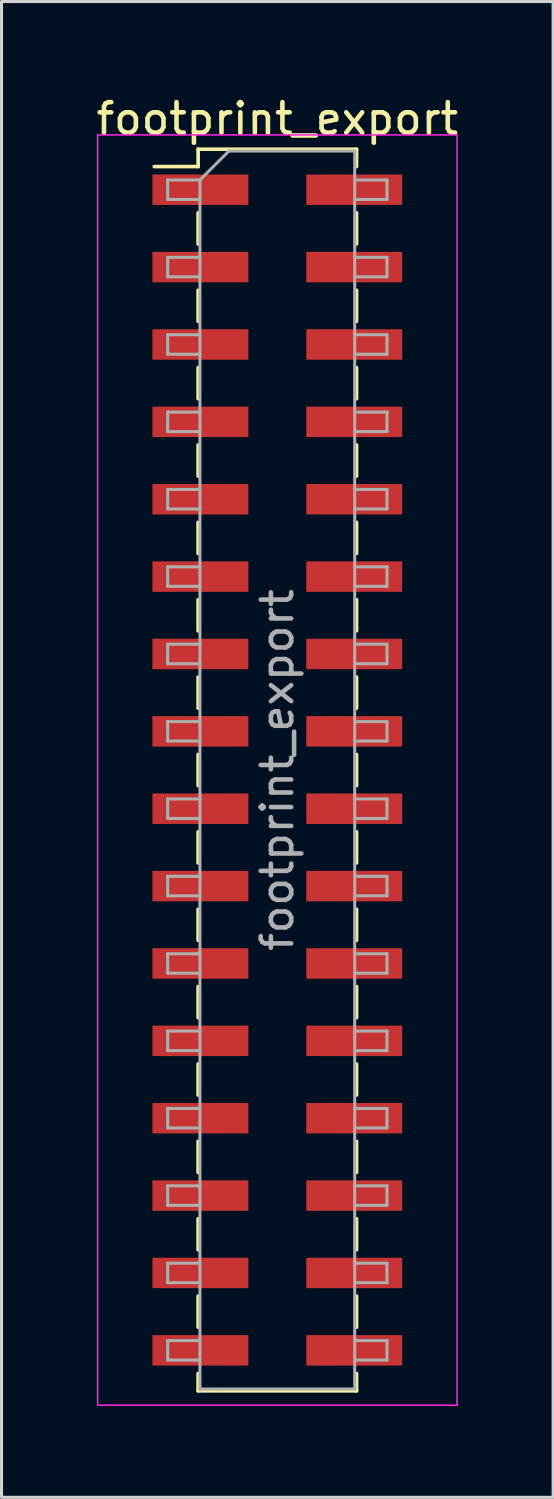
<source format=kicad_pcb>
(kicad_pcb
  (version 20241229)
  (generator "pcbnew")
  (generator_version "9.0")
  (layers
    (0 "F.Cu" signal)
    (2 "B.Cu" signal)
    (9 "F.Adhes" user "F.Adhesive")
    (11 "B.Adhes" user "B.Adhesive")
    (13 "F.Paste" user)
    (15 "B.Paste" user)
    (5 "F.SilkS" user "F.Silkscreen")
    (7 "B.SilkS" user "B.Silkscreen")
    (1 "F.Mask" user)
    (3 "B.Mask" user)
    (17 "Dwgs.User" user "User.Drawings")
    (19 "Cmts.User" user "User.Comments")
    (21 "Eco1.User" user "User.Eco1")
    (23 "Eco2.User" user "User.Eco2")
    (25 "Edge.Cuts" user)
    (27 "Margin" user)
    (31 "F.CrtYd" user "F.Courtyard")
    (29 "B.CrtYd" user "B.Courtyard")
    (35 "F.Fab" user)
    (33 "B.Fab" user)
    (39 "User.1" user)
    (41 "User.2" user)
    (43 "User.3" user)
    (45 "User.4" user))
  (footprint "footprint_export"
    (layer "F.Cu")
    (at 6.054 22.228)
    (property "Reference" "footprint_export" (at 0 -21.38 0) (layer "F.SilkS") (effects (font (size 1 1) (thickness 0.15))))
    (attr smd)
    (fp_line (start -4.04 -19.81) (end -2.6 -19.81) (stroke (width 0.12) (type solid)) (layer "F.SilkS"))
    (fp_line (start -2.6 -20.38) (end -2.6 -19.81) (stroke (width 0.12) (type solid)) (layer "F.SilkS"))
    (fp_line (start -2.6 -20.38) (end 2.6 -20.38) (stroke (width 0.12) (type solid)) (layer "F.SilkS"))
    (fp_line (start -2.6 -18.29) (end -2.6 -17.27) (stroke (width 0.12) (type solid)) (layer "F.SilkS"))
    (fp_line (start -2.6 -15.75) (end -2.6 -14.73) (stroke (width 0.12) (type solid)) (layer "F.SilkS"))
    (fp_line (start -2.6 -13.21) (end -2.6 -12.19) (stroke (width 0.12) (type solid)) (layer "F.SilkS"))
    (fp_line (start -2.6 -10.67) (end -2.6 -9.65) (stroke (width 0.12) (type solid)) (layer "F.SilkS"))
    (fp_line (start -2.6 -8.13) (end -2.6 -7.11) (stroke (width 0.12) (type solid)) (layer "F.SilkS"))
    (fp_line (start -2.6 -5.59) (end -2.6 -4.57) (stroke (width 0.12) (type solid)) (layer "F.SilkS"))
    (fp_line (start -2.6 -3.05) (end -2.6 -2.03) (stroke (width 0.12) (type solid)) (layer "F.SilkS"))
    (fp_line (start -2.6 -0.51) (end -2.6 0.51) (stroke (width 0.12) (type solid)) (layer "F.SilkS"))
    (fp_line (start -2.6 2.03) (end -2.6 3.05) (stroke (width 0.12) (type solid)) (layer "F.SilkS"))
    (fp_line (start -2.6 4.57) (end -2.6 5.59) (stroke (width 0.12) (type solid)) (layer "F.SilkS"))
    (fp_line (start -2.6 7.11) (end -2.6 8.13) (stroke (width 0.12) (type solid)) (layer "F.SilkS"))
    (fp_line (start -2.6 9.65) (end -2.6 10.67) (stroke (width 0.12) (type solid)) (layer "F.SilkS"))
    (fp_line (start -2.6 12.19) (end -2.6 13.21) (stroke (width 0.12) (type solid)) (layer "F.SilkS"))
    (fp_line (start -2.6 14.73) (end -2.6 15.75) (stroke (width 0.12) (type solid)) (layer "F.SilkS"))
    (fp_line (start -2.6 17.27) (end -2.6 18.29) (stroke (width 0.12) (type solid)) (layer "F.SilkS"))
    (fp_line (start -2.6 19.81) (end -2.6 20.38) (stroke (width 0.12) (type solid)) (layer "F.SilkS"))
    (fp_line (start -2.6 20.38) (end 2.6 20.38) (stroke (width 0.12) (type solid)) (layer "F.SilkS"))
    (fp_line (start 2.6 -20.38) (end 2.6 -19.81) (stroke (width 0.12) (type solid)) (layer "F.SilkS"))
    (fp_line (start 2.6 -18.29) (end 2.6 -17.27) (stroke (width 0.12) (type solid)) (layer "F.SilkS"))
    (fp_line (start 2.6 -15.75) (end 2.6 -14.73) (stroke (width 0.12) (type solid)) (layer "F.SilkS"))
    (fp_line (start 2.6 -13.21) (end 2.6 -12.19) (stroke (width 0.12) (type solid)) (layer "F.SilkS"))
    (fp_line (start 2.6 -10.67) (end 2.6 -9.65) (stroke (width 0.12) (type solid)) (layer "F.SilkS"))
    (fp_line (start 2.6 -8.13) (end 2.6 -7.11) (stroke (width 0.12) (type solid)) (layer "F.SilkS"))
    (fp_line (start 2.6 -5.59) (end 2.6 -4.57) (stroke (width 0.12) (type solid)) (layer "F.SilkS"))
    (fp_line (start 2.6 -3.05) (end 2.6 -2.03) (stroke (width 0.12) (type solid)) (layer "F.SilkS"))
    (fp_line (start 2.6 -0.51) (end 2.6 0.51) (stroke (width 0.12) (type solid)) (layer "F.SilkS"))
    (fp_line (start 2.6 2.03) (end 2.6 3.05) (stroke (width 0.12) (type solid)) (layer "F.SilkS"))
    (fp_line (start 2.6 4.57) (end 2.6 5.59) (stroke (width 0.12) (type solid)) (layer "F.SilkS"))
    (fp_line (start 2.6 7.11) (end 2.6 8.13) (stroke (width 0.12) (type solid)) (layer "F.SilkS"))
    (fp_line (start 2.6 9.65) (end 2.6 10.67) (stroke (width 0.12) (type solid)) (layer "F.SilkS"))
    (fp_line (start 2.6 12.19) (end 2.6 13.21) (stroke (width 0.12) (type solid)) (layer "F.SilkS"))
    (fp_line (start 2.6 14.73) (end 2.6 15.75) (stroke (width 0.12) (type solid)) (layer "F.SilkS"))
    (fp_line (start 2.6 17.27) (end 2.6 18.29) (stroke (width 0.12) (type solid)) (layer "F.SilkS"))
    (fp_line (start 2.6 19.81) (end 2.6 20.38) (stroke (width 0.12) (type solid)) (layer "F.SilkS"))
    (fp_line (start -5.9 -20.85) (end -5.9 20.85) (stroke (width 0.05) (type solid)) (layer "F.CrtYd"))
    (fp_line (start -5.9 20.85) (end 5.9 20.85) (stroke (width 0.05) (type solid)) (layer "F.CrtYd"))
    (fp_line (start 5.9 -20.85) (end -5.9 -20.85) (stroke (width 0.05) (type solid)) (layer "F.CrtYd"))
    (fp_line (start 5.9 20.85) (end 5.9 -20.85) (stroke (width 0.05) (type solid)) (layer "F.CrtYd"))
    (fp_line (start -3.6 -19.37) (end -3.6 -18.73) (stroke (width 0.1) (type solid)) (layer "F.Fab"))
    (fp_line (start -3.6 -18.73) (end -2.54 -18.73) (stroke (width 0.1) (type solid)) (layer "F.Fab"))
    (fp_line (start -3.6 -16.83) (end -3.6 -16.19) (stroke (width 0.1) (type solid)) (layer "F.Fab"))
    (fp_line (start -3.6 -16.19) (end -2.54 -16.19) (stroke (width 0.1) (type solid)) (layer "F.Fab"))
    (fp_line (start -3.6 -14.29) (end -3.6 -13.65) (stroke (width 0.1) (type solid)) (layer "F.Fab"))
    (fp_line (start -3.6 -13.65) (end -2.54 -13.65) (stroke (width 0.1) (type solid)) (layer "F.Fab"))
    (fp_line (start -3.6 -11.75) (end -3.6 -11.11) (stroke (width 0.1) (type solid)) (layer "F.Fab"))
    (fp_line (start -3.6 -11.11) (end -2.54 -11.11) (stroke (width 0.1) (type solid)) (layer "F.Fab"))
    (fp_line (start -3.6 -9.21) (end -3.6 -8.57) (stroke (width 0.1) (type solid)) (layer "F.Fab"))
    (fp_line (start -3.6 -8.57) (end -2.54 -8.57) (stroke (width 0.1) (type solid)) (layer "F.Fab"))
    (fp_line (start -3.6 -6.67) (end -3.6 -6.03) (stroke (width 0.1) (type solid)) (layer "F.Fab"))
    (fp_line (start -3.6 -6.03) (end -2.54 -6.03) (stroke (width 0.1) (type solid)) (layer "F.Fab"))
    (fp_line (start -3.6 -4.13) (end -3.6 -3.49) (stroke (width 0.1) (type solid)) (layer "F.Fab"))
    (fp_line (start -3.6 -3.49) (end -2.54 -3.49) (stroke (width 0.1) (type solid)) (layer "F.Fab"))
    (fp_line (start -3.6 -1.59) (end -3.6 -0.95) (stroke (width 0.1) (type solid)) (layer "F.Fab"))
    (fp_line (start -3.6 -0.95) (end -2.54 -0.95) (stroke (width 0.1) (type solid)) (layer "F.Fab"))
    (fp_line (start -3.6 0.95) (end -3.6 1.59) (stroke (width 0.1) (type solid)) (layer "F.Fab"))
    (fp_line (start -3.6 1.59) (end -2.54 1.59) (stroke (width 0.1) (type solid)) (layer "F.Fab"))
    (fp_line (start -3.6 3.49) (end -3.6 4.13) (stroke (width 0.1) (type solid)) (layer "F.Fab"))
    (fp_line (start -3.6 4.13) (end -2.54 4.13) (stroke (width 0.1) (type solid)) (layer "F.Fab"))
    (fp_line (start -3.6 6.03) (end -3.6 6.67) (stroke (width 0.1) (type solid)) (layer "F.Fab"))
    (fp_line (start -3.6 6.67) (end -2.54 6.67) (stroke (width 0.1) (type solid)) (layer "F.Fab"))
    (fp_line (start -3.6 8.57) (end -3.6 9.21) (stroke (width 0.1) (type solid)) (layer "F.Fab"))
    (fp_line (start -3.6 9.21) (end -2.54 9.21) (stroke (width 0.1) (type solid)) (layer "F.Fab"))
    (fp_line (start -3.6 11.11) (end -3.6 11.75) (stroke (width 0.1) (type solid)) (layer "F.Fab"))
    (fp_line (start -3.6 11.75) (end -2.54 11.75) (stroke (width 0.1) (type solid)) (layer "F.Fab"))
    (fp_line (start -3.6 13.65) (end -3.6 14.29) (stroke (width 0.1) (type solid)) (layer "F.Fab"))
    (fp_line (start -3.6 14.29) (end -2.54 14.29) (stroke (width 0.1) (type solid)) (layer "F.Fab"))
    (fp_line (start -3.6 16.19) (end -3.6 16.83) (stroke (width 0.1) (type solid)) (layer "F.Fab"))
    (fp_line (start -3.6 16.83) (end -2.54 16.83) (stroke (width 0.1) (type solid)) (layer "F.Fab"))
    (fp_line (start -3.6 18.73) (end -3.6 19.37) (stroke (width 0.1) (type solid)) (layer "F.Fab"))
    (fp_line (start -3.6 19.37) (end -2.54 19.37) (stroke (width 0.1) (type solid)) (layer "F.Fab"))
    (fp_line (start -2.54 -19.37) (end -3.6 -19.37) (stroke (width 0.1) (type solid)) (layer "F.Fab"))
    (fp_line (start -2.54 -19.37) (end -1.59 -20.32) (stroke (width 0.1) (type solid)) (layer "F.Fab"))
    (fp_line (start -2.54 -16.83) (end -3.6 -16.83) (stroke (width 0.1) (type solid)) (layer "F.Fab"))
    (fp_line (start -2.54 -14.29) (end -3.6 -14.29) (stroke (width 0.1) (type solid)) (layer "F.Fab"))
    (fp_line (start -2.54 -11.75) (end -3.6 -11.75) (stroke (width 0.1) (type solid)) (layer "F.Fab"))
    (fp_line (start -2.54 -9.21) (end -3.6 -9.21) (stroke (width 0.1) (type solid)) (layer "F.Fab"))
    (fp_line (start -2.54 -6.67) (end -3.6 -6.67) (stroke (width 0.1) (type solid)) (layer "F.Fab"))
    (fp_line (start -2.54 -4.13) (end -3.6 -4.13) (stroke (width 0.1) (type solid)) (layer "F.Fab"))
    (fp_line (start -2.54 -1.59) (end -3.6 -1.59) (stroke (width 0.1) (type solid)) (layer "F.Fab"))
    (fp_line (start -2.54 0.95) (end -3.6 0.95) (stroke (width 0.1) (type solid)) (layer "F.Fab"))
    (fp_line (start -2.54 3.49) (end -3.6 3.49) (stroke (width 0.1) (type solid)) (layer "F.Fab"))
    (fp_line (start -2.54 6.03) (end -3.6 6.03) (stroke (width 0.1) (type solid)) (layer "F.Fab"))
    (fp_line (start -2.54 8.57) (end -3.6 8.57) (stroke (width 0.1) (type solid)) (layer "F.Fab"))
    (fp_line (start -2.54 11.11) (end -3.6 11.11) (stroke (width 0.1) (type solid)) (layer "F.Fab"))
    (fp_line (start -2.54 13.65) (end -3.6 13.65) (stroke (width 0.1) (type solid)) (layer "F.Fab"))
    (fp_line (start -2.54 16.19) (end -3.6 16.19) (stroke (width 0.1) (type solid)) (layer "F.Fab"))
    (fp_line (start -2.54 18.73) (end -3.6 18.73) (stroke (width 0.1) (type solid)) (layer "F.Fab"))
    (fp_line (start -2.54 20.32) (end -2.54 -19.37) (stroke (width 0.1) (type solid)) (layer "F.Fab"))
    (fp_line (start -1.59 -20.32) (end 2.54 -20.32) (stroke (width 0.1) (type solid)) (layer "F.Fab"))
    (fp_line (start 2.54 -20.32) (end 2.54 20.32) (stroke (width 0.1) (type solid)) (layer "F.Fab"))
    (fp_line (start 2.54 -19.37) (end 3.6 -19.37) (stroke (width 0.1) (type solid)) (layer "F.Fab"))
    (fp_line (start 2.54 -16.83) (end 3.6 -16.83) (stroke (width 0.1) (type solid)) (layer "F.Fab"))
    (fp_line (start 2.54 -14.29) (end 3.6 -14.29) (stroke (width 0.1) (type solid)) (layer "F.Fab"))
    (fp_line (start 2.54 -11.75) (end 3.6 -11.75) (stroke (width 0.1) (type solid)) (layer "F.Fab"))
    (fp_line (start 2.54 -9.21) (end 3.6 -9.21) (stroke (width 0.1) (type solid)) (layer "F.Fab"))
    (fp_line (start 2.54 -6.67) (end 3.6 -6.67) (stroke (width 0.1) (type solid)) (layer "F.Fab"))
    (fp_line (start 2.54 -4.13) (end 3.6 -4.13) (stroke (width 0.1) (type solid)) (layer "F.Fab"))
    (fp_line (start 2.54 -1.59) (end 3.6 -1.59) (stroke (width 0.1) (type solid)) (layer "F.Fab"))
    (fp_line (start 2.54 0.95) (end 3.6 0.95) (stroke (width 0.1) (type solid)) (layer "F.Fab"))
    (fp_line (start 2.54 3.49) (end 3.6 3.49) (stroke (width 0.1) (type solid)) (layer "F.Fab"))
    (fp_line (start 2.54 6.03) (end 3.6 6.03) (stroke (width 0.1) (type solid)) (layer "F.Fab"))
    (fp_line (start 2.54 8.57) (end 3.6 8.57) (stroke (width 0.1) (type solid)) (layer "F.Fab"))
    (fp_line (start 2.54 11.11) (end 3.6 11.11) (stroke (width 0.1) (type solid)) (layer "F.Fab"))
    (fp_line (start 2.54 13.65) (end 3.6 13.65) (stroke (width 0.1) (type solid)) (layer "F.Fab"))
    (fp_line (start 2.54 16.19) (end 3.6 16.19) (stroke (width 0.1) (type solid)) (layer "F.Fab"))
    (fp_line (start 2.54 18.73) (end 3.6 18.73) (stroke (width 0.1) (type solid)) (layer "F.Fab"))
    (fp_line (start 2.54 20.32) (end -2.54 20.32) (stroke (width 0.1) (type solid)) (layer "F.Fab"))
    (fp_line (start 3.6 -19.37) (end 3.6 -18.73) (stroke (width 0.1) (type solid)) (layer "F.Fab"))
    (fp_line (start 3.6 -18.73) (end 2.54 -18.73) (stroke (width 0.1) (type solid)) (layer "F.Fab"))
    (fp_line (start 3.6 -16.83) (end 3.6 -16.19) (stroke (width 0.1) (type solid)) (layer "F.Fab"))
    (fp_line (start 3.6 -16.19) (end 2.54 -16.19) (stroke (width 0.1) (type solid)) (layer "F.Fab"))
    (fp_line (start 3.6 -14.29) (end 3.6 -13.65) (stroke (width 0.1) (type solid)) (layer "F.Fab"))
    (fp_line (start 3.6 -13.65) (end 2.54 -13.65) (stroke (width 0.1) (type solid)) (layer "F.Fab"))
    (fp_line (start 3.6 -11.75) (end 3.6 -11.11) (stroke (width 0.1) (type solid)) (layer "F.Fab"))
    (fp_line (start 3.6 -11.11) (end 2.54 -11.11) (stroke (width 0.1) (type solid)) (layer "F.Fab"))
    (fp_line (start 3.6 -9.21) (end 3.6 -8.57) (stroke (width 0.1) (type solid)) (layer "F.Fab"))
    (fp_line (start 3.6 -8.57) (end 2.54 -8.57) (stroke (width 0.1) (type solid)) (layer "F.Fab"))
    (fp_line (start 3.6 -6.67) (end 3.6 -6.03) (stroke (width 0.1) (type solid)) (layer "F.Fab"))
    (fp_line (start 3.6 -6.03) (end 2.54 -6.03) (stroke (width 0.1) (type solid)) (layer "F.Fab"))
    (fp_line (start 3.6 -4.13) (end 3.6 -3.49) (stroke (width 0.1) (type solid)) (layer "F.Fab"))
    (fp_line (start 3.6 -3.49) (end 2.54 -3.49) (stroke (width 0.1) (type solid)) (layer "F.Fab"))
    (fp_line (start 3.6 -1.59) (end 3.6 -0.95) (stroke (width 0.1) (type solid)) (layer "F.Fab"))
    (fp_line (start 3.6 -0.95) (end 2.54 -0.95) (stroke (width 0.1) (type solid)) (layer "F.Fab"))
    (fp_line (start 3.6 0.95) (end 3.6 1.59) (stroke (width 0.1) (type solid)) (layer "F.Fab"))
    (fp_line (start 3.6 1.59) (end 2.54 1.59) (stroke (width 0.1) (type solid)) (layer "F.Fab"))
    (fp_line (start 3.6 3.49) (end 3.6 4.13) (stroke (width 0.1) (type solid)) (layer "F.Fab"))
    (fp_line (start 3.6 4.13) (end 2.54 4.13) (stroke (width 0.1) (type solid)) (layer "F.Fab"))
    (fp_line (start 3.6 6.03) (end 3.6 6.67) (stroke (width 0.1) (type solid)) (layer "F.Fab"))
    (fp_line (start 3.6 6.67) (end 2.54 6.67) (stroke (width 0.1) (type solid)) (layer "F.Fab"))
    (fp_line (start 3.6 8.57) (end 3.6 9.21) (stroke (width 0.1) (type solid)) (layer "F.Fab"))
    (fp_line (start 3.6 9.21) (end 2.54 9.21) (stroke (width 0.1) (type solid)) (layer "F.Fab"))
    (fp_line (start 3.6 11.11) (end 3.6 11.75) (stroke (width 0.1) (type solid)) (layer "F.Fab"))
    (fp_line (start 3.6 11.75) (end 2.54 11.75) (stroke (width 0.1) (type solid)) (layer "F.Fab"))
    (fp_line (start 3.6 13.65) (end 3.6 14.29) (stroke (width 0.1) (type solid)) (layer "F.Fab"))
    (fp_line (start 3.6 14.29) (end 2.54 14.29) (stroke (width 0.1) (type solid)) (layer "F.Fab"))
    (fp_line (start 3.6 16.19) (end 3.6 16.83) (stroke (width 0.1) (type solid)) (layer "F.Fab"))
    (fp_line (start 3.6 16.83) (end 2.54 16.83) (stroke (width 0.1) (type solid)) (layer "F.Fab"))
    (fp_line (start 3.6 18.73) (end 3.6 19.37) (stroke (width 0.1) (type solid)) (layer "F.Fab"))
    (fp_line (start 3.6 19.37) (end 2.54 19.37) (stroke (width 0.1) (type solid)) (layer "F.Fab"))
    (fp_text user "${REFERENCE}" (at 0 0 90) (layer "F.Fab") (effects (font (size 1 1) (thickness 0.15))))
    (pad "1" smd rect (at -2.525 -19.05) (size 3.15 1) (layers "F.Cu" "F.Mask" "F.Paste"))
    (pad "2" smd rect (at 2.525 -19.05) (size 3.15 1) (layers "F.Cu" "F.Mask" "F.Paste"))
    (pad "3" smd rect (at -2.525 -16.51) (size 3.15 1) (layers "F.Cu" "F.Mask" "F.Paste"))
    (pad "4" smd rect (at 2.525 -16.51) (size 3.15 1) (layers "F.Cu" "F.Mask" "F.Paste"))
    (pad "5" smd rect (at -2.525 -13.97) (size 3.15 1) (layers "F.Cu" "F.Mask" "F.Paste"))
    (pad "6" smd rect (at 2.525 -13.97) (size 3.15 1) (layers "F.Cu" "F.Mask" "F.Paste"))
    (pad "7" smd rect (at -2.525 -11.43) (size 3.15 1) (layers "F.Cu" "F.Mask" "F.Paste"))
    (pad "8" smd rect (at 2.525 -11.43) (size 3.15 1) (layers "F.Cu" "F.Mask" "F.Paste"))
    (pad "9" smd rect (at -2.525 -8.89) (size 3.15 1) (layers "F.Cu" "F.Mask" "F.Paste"))
    (pad "10" smd rect (at 2.525 -8.89) (size 3.15 1) (layers "F.Cu" "F.Mask" "F.Paste"))
    (pad "11" smd rect (at -2.525 -6.35) (size 3.15 1) (layers "F.Cu" "F.Mask" "F.Paste"))
    (pad "12" smd rect (at 2.525 -6.35) (size 3.15 1) (layers "F.Cu" "F.Mask" "F.Paste"))
    (pad "13" smd rect (at -2.525 -3.81) (size 3.15 1) (layers "F.Cu" "F.Mask" "F.Paste"))
    (pad "14" smd rect (at 2.525 -3.81) (size 3.15 1) (layers "F.Cu" "F.Mask" "F.Paste"))
    (pad "15" smd rect (at -2.525 -1.27) (size 3.15 1) (layers "F.Cu" "F.Mask" "F.Paste"))
    (pad "16" smd rect (at 2.525 -1.27) (size 3.15 1) (layers "F.Cu" "F.Mask" "F.Paste"))
    (pad "17" smd rect (at -2.525 1.27) (size 3.15 1) (layers "F.Cu" "F.Mask" "F.Paste"))
    (pad "18" smd rect (at 2.525 1.27) (size 3.15 1) (layers "F.Cu" "F.Mask" "F.Paste"))
    (pad "19" smd rect (at -2.525 3.81) (size 3.15 1) (layers "F.Cu" "F.Mask" "F.Paste"))
    (pad "20" smd rect (at 2.525 3.81) (size 3.15 1) (layers "F.Cu" "F.Mask" "F.Paste"))
    (pad "21" smd rect (at -2.525 6.35) (size 3.15 1) (layers "F.Cu" "F.Mask" "F.Paste"))
    (pad "22" smd rect (at 2.525 6.35) (size 3.15 1) (layers "F.Cu" "F.Mask" "F.Paste"))
    (pad "23" smd rect (at -2.525 8.89) (size 3.15 1) (layers "F.Cu" "F.Mask" "F.Paste"))
    (pad "24" smd rect (at 2.525 8.89) (size 3.15 1) (layers "F.Cu" "F.Mask" "F.Paste"))
    (pad "25" smd rect (at -2.525 11.43) (size 3.15 1) (layers "F.Cu" "F.Mask" "F.Paste"))
    (pad "26" smd rect (at 2.525 11.43) (size 3.15 1) (layers "F.Cu" "F.Mask" "F.Paste"))
    (pad "27" smd rect (at -2.525 13.97) (size 3.15 1) (layers "F.Cu" "F.Mask" "F.Paste"))
    (pad "28" smd rect (at 2.525 13.97) (size 3.15 1) (layers "F.Cu" "F.Mask" "F.Paste"))
    (pad "29" smd rect (at -2.525 16.51) (size 3.15 1) (layers "F.Cu" "F.Mask" "F.Paste"))
    (pad "30" smd rect (at 2.525 16.51) (size 3.15 1) (layers "F.Cu" "F.Mask" "F.Paste"))
    (pad "31" smd rect (at -2.525 19.05) (size 3.15 1) (layers "F.Cu" "F.Mask" "F.Paste"))
    (pad "32" smd rect (at 2.525 19.05) (size 3.15 1) (layers "F.Cu" "F.Mask" "F.Paste")))
  (gr_rect
    (start -3 -3)
    (end 15.107 46.103)
    (stroke (width 0.1) (type default))
    (fill no)
    (layer "Edge.Cuts")))
</source>
